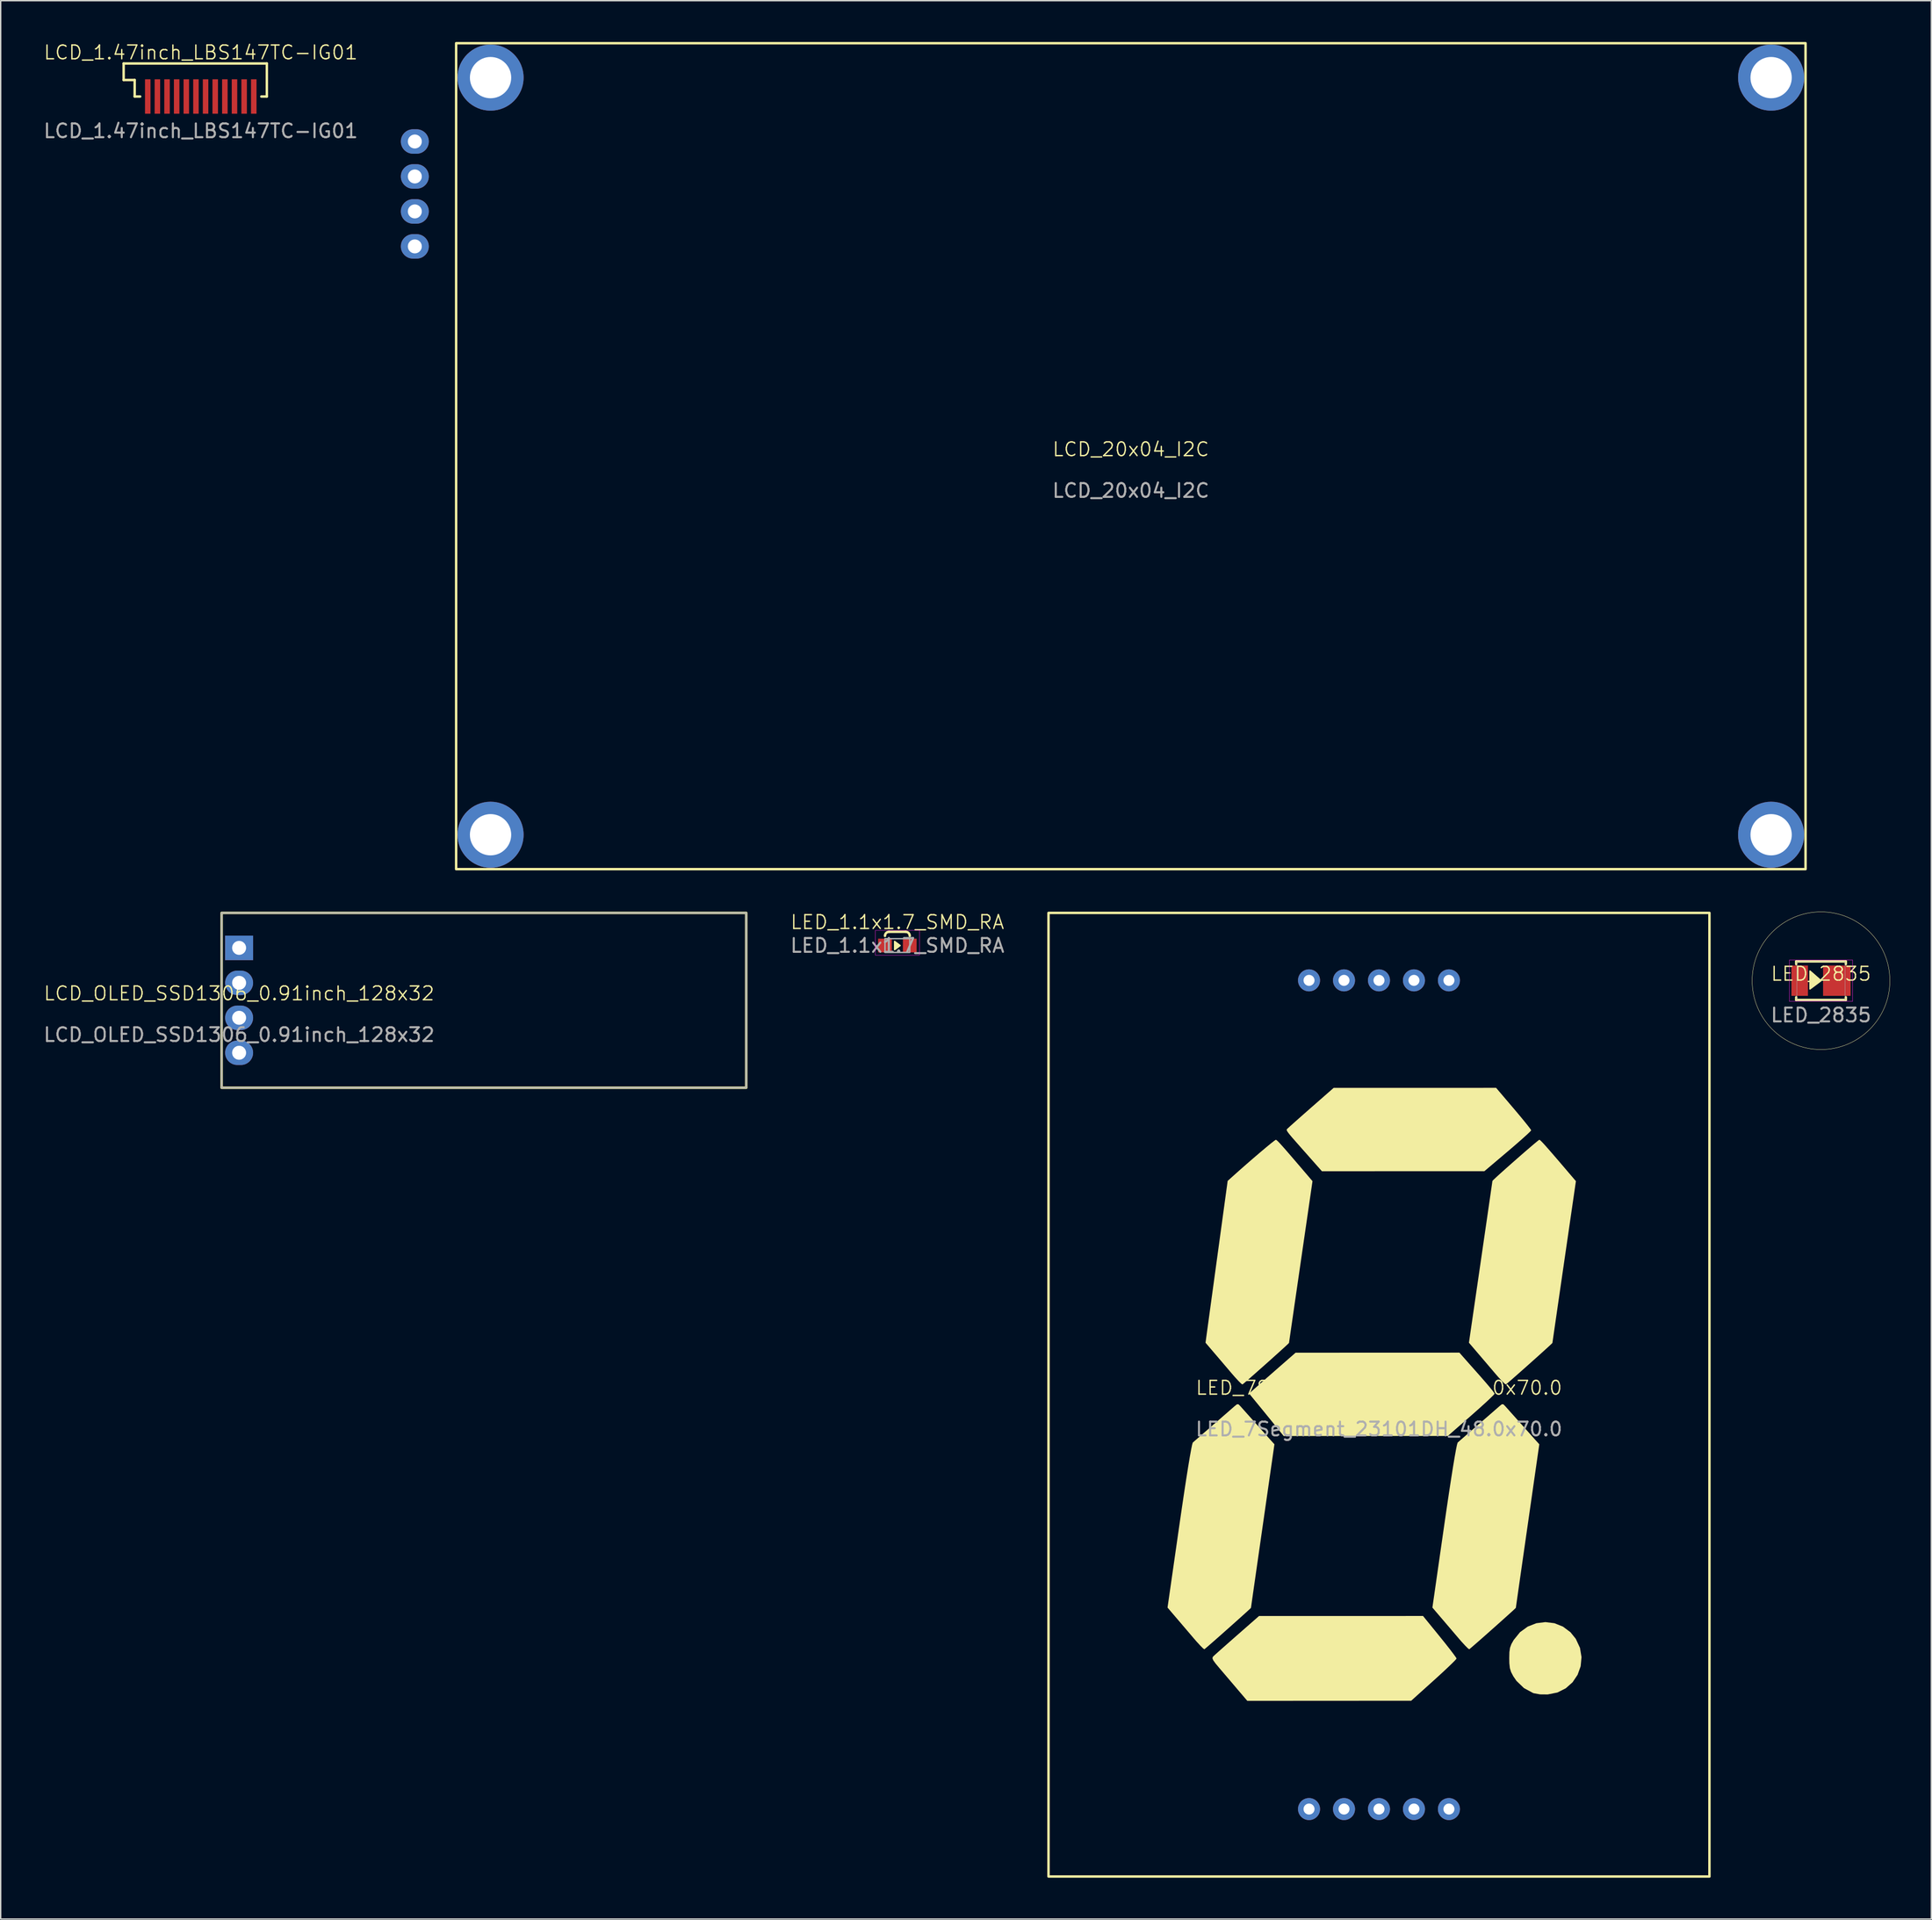
<source format=kicad_pcb>
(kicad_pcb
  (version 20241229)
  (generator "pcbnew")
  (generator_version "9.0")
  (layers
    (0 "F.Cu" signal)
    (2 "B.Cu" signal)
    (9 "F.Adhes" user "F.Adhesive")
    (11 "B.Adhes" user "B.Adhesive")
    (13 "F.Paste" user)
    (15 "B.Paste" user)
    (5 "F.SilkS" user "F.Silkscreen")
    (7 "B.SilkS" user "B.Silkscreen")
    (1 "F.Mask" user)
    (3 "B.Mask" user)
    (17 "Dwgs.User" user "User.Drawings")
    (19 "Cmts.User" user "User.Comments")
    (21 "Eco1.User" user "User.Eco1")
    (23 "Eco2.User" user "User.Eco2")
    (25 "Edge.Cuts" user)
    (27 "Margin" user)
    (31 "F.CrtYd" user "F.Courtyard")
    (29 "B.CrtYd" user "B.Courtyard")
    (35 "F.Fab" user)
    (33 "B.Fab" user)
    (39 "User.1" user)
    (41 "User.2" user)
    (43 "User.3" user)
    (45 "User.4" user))
  (footprint "LCD_20x04_I2C"
    (layer "F.Cu")
    (at 79.076 30.089)
    (property "Reference" "LCD_20x04_I2C" (at 0 -0.5 0) (unlocked yes) (layer "F.SilkS") (effects (font (size 1 1) (thickness 0.1))))
    (attr through_hole)
    (fp_rect (start -49 -30) (end 49 30) (stroke (width 0.178) (type solid)) (fill no) (layer "F.SilkS"))
    (fp_text user "${REFERENCE}" (at 0 2.5 0) (unlocked yes) (layer "F.Fab") (effects (font (size 1 1) (thickness 0.15))))
    (pad "1" thru_hole oval (at -52 -22.86) (size 2.032 1.778) (drill 1.016) (layers "*.Cu" "*.Mask"))
    (pad "2" thru_hole oval (at -52 -20.32) (size 2.032 1.778) (drill 1.016) (layers "*.Cu" "*.Mask"))
    (pad "3" thru_hole oval (at -52 -17.78) (size 2.032 1.778) (drill 1.016) (layers "*.Cu" "*.Mask"))
    (pad "4" thru_hole oval (at -52 -15.24) (size 2.032 1.778) (drill 1.016) (layers "*.Cu" "*.Mask"))
    (pad "SH" thru_hole circle (at -46.5 -27.5) (size 4.8 4.8) (drill 3) (layers "*.Cu" "*.Mask"))
    (pad "SH" thru_hole circle (at -46.5 27.5) (size 4.8 4.8) (drill 3) (layers "*.Cu" "*.Mask"))
    (pad "SH" thru_hole circle (at 46.5 -27.5) (size 4.8 4.8) (drill 3) (layers "*.Cu" "*.Mask"))
    (pad "SH" thru_hole circle (at 46.5 27.5) (size 4.8 4.8) (drill 3) (layers "*.Cu" "*.Mask")))
  (footprint "LED_1.1x1.7_SMD_RA"
    (layer "F.Cu")
    (at 62.121 65.638)
    (property "Reference" "LED_1.1x1.7_SMD_RA" (at 0 -1.7 0) (unlocked yes) (layer "F.SilkS") (effects (font (size 1 1) (thickness 0.1))))
    (attr smd)
    (fp_line (start -0.6 -1) (end 0.6 -1) (stroke (width 0.178) (type default)) (layer "F.SilkS"))
    (fp_arc (start -0.9 -0.7) (mid -0.812132 -0.912132) (end -0.6 -1) (stroke (width 0.1778) (type default)) (layer "F.SilkS"))
    (fp_arc (start 0.6 -1) (mid 0.812132 -0.912132) (end 0.9 -0.7) (stroke (width 0.1778) (type default)) (layer "F.SilkS"))
    (fp_poly (pts (xy -0.2 -0.3) (xy -0.2 0.3) (xy 0.2 0)) (stroke (width 0.1) (type solid)) (fill yes) (layer "F.SilkS"))
    (fp_rect (start -1.6 -1.1) (end 1.6 0.7) (stroke (width 0.025) (type default)) (fill no) (layer "F.CrtYd"))
    (fp_rect (start -0.9 -0.5) (end 0.9 0.5) (stroke (width 0.1) (type default)) (fill no) (layer "F.Fab"))
    (fp_text user "${REFERENCE}" (at 0 0 0) (unlocked yes) (layer "F.Fab") (effects (font (size 1 1) (thickness 0.15))))
    (pad "A" smd rect (at -0.9 0) (size 1 1) (layers "F.Cu" "F.Mask" "F.Paste"))
    (pad "K" smd rect (at 0.9 0) (size 1 1) (layers "F.Cu" "F.Mask" "F.Paste")))
  (footprint "LCD_OLED_SSD1306_0.91inch_128x32"
    (layer "F.Cu")
    (at 14.315 69.617)
    (property "Reference" "LCD_OLED_SSD1306_0.91inch_128x32" (at 0 -0.5 0) (unlocked yes) (layer "F.SilkS") (effects (font (size 1 1) (thickness 0.1))))
    (attr through_hole)
    (fp_rect (start -1.27 -6.35) (end 36.83 6.35) (stroke (width 0.178) (type default)) (fill no) (layer "F.SilkS"))
    (fp_rect (start -1.27 -6.35) (end 36.83 6.35) (stroke (width 0.1) (type default)) (fill no) (layer "F.Fab"))
    (fp_text user "${REFERENCE}" (at 0 2.5 0) (unlocked yes) (layer "F.Fab") (effects (font (size 1 1) (thickness 0.15))))
    (pad "1" thru_hole rect (at 0 -3.81) (size 2.032 1.778) (drill 1.016) (layers "*.Cu" "*.Mask"))
    (pad "2" thru_hole oval (at 0 -1.27) (size 2.032 1.778) (drill 1.016) (layers "*.Cu" "*.Mask"))
    (pad "3" thru_hole oval (at 0 1.27) (size 2.032 1.778) (drill 1.016) (layers "*.Cu" "*.Mask"))
    (pad "4" thru_hole oval (at 0 3.81) (size 2.032 1.778) (drill 1.016) (layers "*.Cu" "*.Mask")))
  (footprint "LED_7Segment_23101DH_48.0x70.0"
    (layer "F.Cu")
    (at 97.097 98.267)
    (property "Reference" "LED_7Segment_23101DH_48.0x70.0" (at 0 -0.5 0) (unlocked yes) (layer "F.SilkS") (effects (font (size 1 1) (thickness 0.1))))
    (attr through_hole)
    (fp_rect (start -24 -35) (end 24 35) (stroke (width 0.178) (type solid)) (fill no) (layer "F.SilkS"))
    (fp_poly (pts (xy 12.741 16.6) (xy 13.36 16.846) (xy 13.908 17.256) (xy 14.293 17.734) (xy 14.597 18.389) (xy 14.709 19.063) (xy 14.647 19.725) (xy 14.426 20.343) (xy 14.06 20.888) (xy 13.565 21.328) (xy 12.957 21.634) (xy 12.256 21.774) (xy 11.699 21.769) (xy 11.244 21.687) (xy 11.188 21.668) (xy 10.527 21.311) (xy 9.983 20.786) (xy 9.756 20.454) (xy 9.596 20.15) (xy 9.506 19.863) (xy 9.468 19.511) (xy 9.461 19.148) (xy 9.471 18.702) (xy 9.517 18.385) (xy 9.617 18.114) (xy 9.783 17.819) (xy 10.243 17.251) (xy 10.803 16.845) (xy 11.428 16.6) (xy 12.086 16.519)) (stroke (width 0) (type solid)) (fill yes) (layer "F.SilkS"))
    (fp_poly (pts (xy 4.417 17.572) (xy 4.806 18.055) (xy 5.144 18.485) (xy 5.408 18.832) (xy 5.579 19.069) (xy 5.635 19.166) (xy 5.559 19.263) (xy 5.348 19.478) (xy 5.025 19.79) (xy 4.613 20.176) (xy 4.135 20.613) (xy 3.988 20.746) (xy 2.34 22.231) (xy -3.612 22.235) (xy -9.564 22.238) (xy -10.265 21.415) (xy -10.655 20.956) (xy -11.081 20.456) (xy -11.469 20.001) (xy -11.576 19.876) (xy -11.867 19.528) (xy -12.033 19.298) (xy -12.093 19.151) (xy -12.068 19.049) (xy -12.03 19.005) (xy -11.905 18.889) (xy -11.646 18.657) (xy -11.282 18.334) (xy -10.84 17.944) (xy -10.348 17.511) (xy -10.293 17.463) (xy -8.712 16.077) (xy -2.756 16.076) (xy 3.199 16.074)) (stroke (width 0) (type solid)) (fill yes) (layer "F.SilkS"))
    (fp_poly (pts (xy 6.11 -2.749) (xy 6.279 -2.557) (xy 6.554 -2.246) (xy 6.902 -1.854) (xy 7.286 -1.421) (xy 7.388 -1.305) (xy 7.749 -0.892) (xy 8.053 -0.533) (xy 8.275 -0.257) (xy 8.388 -0.096) (xy 8.398 -0.072) (xy 8.322 0.023) (xy 8.107 0.235) (xy 7.779 0.543) (xy 7.36 0.924) (xy 6.874 1.356) (xy 6.698 1.511) (xy 4.997 2.998) (xy -0.962 3) (xy -6.921 3.002) (xy -7.455 2.338) (xy -7.766 1.953) (xy -8.149 1.482) (xy -8.541 1.001) (xy -8.711 0.794) (xy -9.432 -0.086) (xy -8.913 -0.548) (xy -8.637 -0.791) (xy -8.249 -1.133) (xy -7.795 -1.531) (xy -7.323 -1.944) (xy -7.224 -2.031) (xy -6.055 -3.052) (xy -0.107 -3.054) (xy 5.841 -3.056)) (stroke (width 0) (type solid)) (fill yes) (layer "F.SilkS"))
    (fp_poly (pts (xy 9.78 -20.794) (xy 10.184 -20.315) (xy 10.535 -19.89) (xy 10.811 -19.546) (xy 10.992 -19.309) (xy 11.055 -19.207) (xy 10.977 -19.114) (xy 10.761 -18.907) (xy 10.428 -18.607) (xy 10.005 -18.235) (xy 9.514 -17.812) (xy 9.355 -17.677) (xy 7.654 -16.237) (xy 1.755 -16.236) (xy -4.144 -16.234) (xy -5.107 -17.323) (xy -5.634 -17.918) (xy -6.036 -18.374) (xy -6.329 -18.709) (xy -6.526 -18.946) (xy -6.644 -19.104) (xy -6.697 -19.204) (xy -6.7 -19.265) (xy -6.668 -19.309) (xy -6.616 -19.355) (xy -6.61 -19.361) (xy -6.484 -19.477) (xy -6.226 -19.709) (xy -5.862 -20.032) (xy -5.42 -20.422) (xy -4.928 -20.855) (xy -4.873 -20.903) (xy -3.292 -22.289) (xy 2.607 -22.29) (xy 8.506 -22.292)) (stroke (width 0) (type solid)) (fill yes) (layer "F.SilkS"))
    (fp_poly (pts (xy -7.446 -18.499) (xy -7.364 -18.43) (xy -7.231 -18.294) (xy -7.033 -18.077) (xy -6.754 -17.761) (xy -6.381 -17.33) (xy -5.899 -16.768) (xy -5.335 -16.108) (xy -4.828 -15.514) (xy -5.681 -9.65) (xy -5.839 -8.561) (xy -5.988 -7.536) (xy -6.125 -6.595) (xy -6.246 -5.757) (xy -6.35 -5.04) (xy -6.433 -4.465) (xy -6.493 -4.049) (xy -6.527 -3.811) (xy -6.534 -3.762) (xy -6.609 -3.685) (xy -6.815 -3.493) (xy -7.125 -3.211) (xy -7.509 -2.864) (xy -7.939 -2.478) (xy -8.388 -2.078) (xy -8.827 -1.689) (xy -9.227 -1.336) (xy -9.56 -1.044) (xy -9.798 -0.839) (xy -9.913 -0.747) (xy -9.918 -0.744) (xy -10.012 -0.808) (xy -10.209 -1.004) (xy -10.478 -1.297) (xy -10.69 -1.541) (xy -11.079 -1.998) (xy -11.502 -2.495) (xy -11.887 -2.946) (xy -11.994 -3.071) (xy -12.597 -3.777) (xy -11.793 -9.654) (xy -10.989 -15.532) (xy -10.648 -15.839) (xy -10.157 -16.278) (xy -9.643 -16.73) (xy -9.13 -17.175) (xy -8.644 -17.591) (xy -8.212 -17.955) (xy -7.86 -18.245) (xy -7.612 -18.44) (xy -7.495 -18.518) (xy -7.492 -18.519)) (stroke (width 0) (type solid)) (fill yes) (layer "F.SilkS"))
    (fp_poly (pts (xy 11.688 -18.499) (xy 11.77 -18.428) (xy 11.904 -18.29) (xy 12.105 -18.069) (xy 12.387 -17.748) (xy 12.764 -17.313) (xy 13.251 -16.745) (xy 13.794 -16.108) (xy 14.302 -15.514) (xy 13.449 -9.65) (xy 13.291 -8.561) (xy 13.142 -7.536) (xy 13.005 -6.595) (xy 12.884 -5.757) (xy 12.78 -5.04) (xy 12.697 -4.465) (xy 12.637 -4.049) (xy 12.603 -3.811) (xy 12.596 -3.762) (xy 12.521 -3.685) (xy 12.315 -3.493) (xy 12.005 -3.211) (xy 11.621 -2.864) (xy 11.19 -2.478) (xy 10.742 -2.078) (xy 10.303 -1.689) (xy 9.903 -1.336) (xy 9.57 -1.044) (xy 9.331 -0.839) (xy 9.217 -0.747) (xy 9.212 -0.744) (xy 9.118 -0.808) (xy 8.921 -1.004) (xy 8.652 -1.297) (xy 8.44 -1.541) (xy 8.051 -1.998) (xy 7.628 -2.495) (xy 7.243 -2.945) (xy 7.136 -3.071) (xy 6.533 -3.777) (xy 7.386 -9.639) (xy 7.544 -10.729) (xy 7.693 -11.754) (xy 7.83 -12.695) (xy 7.951 -13.533) (xy 8.055 -14.249) (xy 8.138 -14.825) (xy 8.198 -15.241) (xy 8.232 -15.478) (xy 8.239 -15.528) (xy 8.315 -15.611) (xy 8.523 -15.807) (xy 8.836 -16.092) (xy 9.224 -16.439) (xy 9.658 -16.824) (xy 10.111 -17.222) (xy 10.552 -17.607) (xy 10.955 -17.954) (xy 11.29 -18.239) (xy 11.528 -18.435) (xy 11.64 -18.518) (xy 11.644 -18.519)) (stroke (width 0) (type solid)) (fill yes) (layer "F.SilkS"))
    (fp_poly (pts (xy -10.067 0.833) (xy -9.926 0.99) (xy -9.679 1.268) (xy -9.358 1.627) (xy -9 2.029) (xy -8.984 2.047) (xy -8.617 2.459) (xy -8.279 2.837) (xy -8.008 3.14) (xy -7.841 3.327) (xy -7.84 3.328) (xy -7.593 3.601) (xy -8.445 9.534) (xy -8.602 10.63) (xy -8.75 11.661) (xy -8.886 12.608) (xy -9.007 13.453) (xy -9.111 14.176) (xy -9.194 14.759) (xy -9.254 15.182) (xy -9.289 15.428) (xy -9.297 15.484) (xy -9.372 15.559) (xy -9.578 15.749) (xy -9.888 16.029) (xy -10.272 16.374) (xy -10.703 16.759) (xy -11.152 17.158) (xy -11.59 17.547) (xy -11.99 17.899) (xy -12.324 18.19) (xy -12.562 18.395) (xy -12.676 18.489) (xy -12.681 18.492) (xy -12.775 18.428) (xy -12.972 18.232) (xy -13.241 17.939) (xy -13.453 17.695) (xy -13.841 17.239) (xy -14.264 16.743) (xy -14.648 16.293) (xy -14.755 16.168) (xy -15.356 15.464) (xy -14.504 9.528) (xy -14.321 8.27) (xy -14.152 7.129) (xy -13.997 6.119) (xy -13.86 5.253) (xy -13.742 4.543) (xy -13.645 4.002) (xy -13.573 3.644) (xy -13.525 3.482) (xy -13.52 3.475) (xy -13.398 3.368) (xy -13.146 3.148) (xy -12.793 2.841) (xy -12.37 2.474) (xy -12.06 2.204) (xy -11.596 1.801) (xy -11.171 1.432) (xy -10.821 1.126) (xy -10.576 0.913) (xy -10.492 0.838) (xy -10.316 0.697) (xy -10.204 0.697)) (stroke (width 0) (type solid)) (fill yes) (layer "F.SilkS"))
    (fp_poly (pts (xy 9.169 0.833) (xy 9.31 0.99) (xy 9.557 1.268) (xy 9.878 1.627) (xy 10.236 2.029) (xy 10.252 2.047) (xy 10.619 2.459) (xy 10.957 2.837) (xy 11.228 3.14) (xy 11.395 3.327) (xy 11.396 3.328) (xy 11.643 3.601) (xy 10.791 9.534) (xy 10.634 10.63) (xy 10.486 11.661) (xy 10.35 12.608) (xy 10.229 13.453) (xy 10.125 14.176) (xy 10.042 14.759) (xy 9.982 15.182) (xy 9.947 15.428) (xy 9.939 15.484) (xy 9.864 15.559) (xy 9.658 15.749) (xy 9.348 16.029) (xy 8.964 16.374) (xy 8.533 16.759) (xy 8.084 17.158) (xy 7.646 17.547) (xy 7.246 17.899) (xy 6.912 18.19) (xy 6.674 18.395) (xy 6.56 18.489) (xy 6.555 18.492) (xy 6.461 18.428) (xy 6.264 18.232) (xy 5.995 17.939) (xy 5.783 17.695) (xy 5.395 17.239) (xy 4.972 16.743) (xy 4.588 16.293) (xy 4.481 16.168) (xy 3.88 15.464) (xy 4.732 9.528) (xy 4.915 8.27) (xy 5.084 7.129) (xy 5.239 6.119) (xy 5.376 5.253) (xy 5.494 4.543) (xy 5.591 4.002) (xy 5.663 3.644) (xy 5.711 3.482) (xy 5.716 3.475) (xy 5.838 3.368) (xy 6.09 3.148) (xy 6.443 2.841) (xy 6.866 2.474) (xy 7.176 2.204) (xy 7.64 1.801) (xy 8.065 1.432) (xy 8.415 1.126) (xy 8.66 0.913) (xy 8.744 0.838) (xy 8.92 0.697) (xy 9.032 0.697)) (stroke (width 0) (type solid)) (fill yes) (layer "F.SilkS"))
    (fp_text user "${REFERENCE}" (at 0 2.5 0) (unlocked yes) (layer "F.Fab") (effects (font (size 1 1) (thickness 0.15))))
    (pad "1" thru_hole circle (at -5.08 30.1) (size 1.6 1.6) (drill 0.8) (layers "*.Cu" "*.Mask"))
    (pad "2" thru_hole circle (at -2.54 30.1) (size 1.6 1.6) (drill 0.8) (layers "*.Cu" "*.Mask"))
    (pad "3" thru_hole circle (at 0 30.1) (size 1.6 1.6) (drill 0.8) (layers "*.Cu" "*.Mask"))
    (pad "4" thru_hole circle (at 2.54 30.1) (size 1.6 1.6) (drill 0.8) (layers "*.Cu" "*.Mask"))
    (pad "5" thru_hole circle (at 5.08 30.1) (size 1.6 1.6) (drill 0.8) (layers "*.Cu" "*.Mask"))
    (pad "6" thru_hole circle (at 5.08 -30.1) (size 1.6 1.6) (drill 0.8) (layers "*.Cu" "*.Mask"))
    (pad "7" thru_hole circle (at 2.54 -30.1) (size 1.6 1.6) (drill 0.8) (layers "*.Cu" "*.Mask"))
    (pad "8" thru_hole circle (at 0 -30.1) (size 1.6 1.6) (drill 0.8) (layers "*.Cu" "*.Mask"))
    (pad "9" thru_hole circle (at -2.54 -30.1) (size 1.6 1.6) (drill 0.8) (layers "*.Cu" "*.Mask"))
    (pad "10" thru_hole circle (at -5.08 -30.1) (size 1.6 1.6) (drill 0.8) (layers "*.Cu" "*.Mask")))
  (footprint "LCD_1.47inch_LBS147TC-IG01"
    (layer "F.Cu")
    (at 11.53 3.961)
    (property "Reference" "LCD_1.47inch_LBS147TC-IG01" (at 0 -3.2 0) (unlocked yes) (layer "F.SilkS") (effects (font (size 1 1) (thickness 0.1))))
    (attr smd)
    (fp_line (start -5.6 -2.4) (end 4.8 -2.4) (stroke (width 0.178) (type default)) (layer "F.SilkS"))
    (fp_line (start -5.6 -1.2) (end -5.6 -2.4) (stroke (width 0.178) (type default)) (layer "F.SilkS"))
    (fp_line (start -4.8 -1.2) (end -5.6 -1.2) (stroke (width 0.178) (type default)) (layer "F.SilkS"))
    (fp_line (start -4.8 0) (end -4.8 -1.2) (stroke (width 0.178) (type default)) (layer "F.SilkS"))
    (fp_line (start -4.4 0) (end -4.8 0) (stroke (width 0.178) (type default)) (layer "F.SilkS"))
    (fp_line (start 4.8 -2.4) (end 4.8 0) (stroke (width 0.178) (type default)) (layer "F.SilkS"))
    (fp_line (start 4.8 0) (end 4.4 0) (stroke (width 0.178) (type default)) (layer "F.SilkS"))
    (fp_text user "${REFERENCE}" (at 0 2.5 0) (unlocked yes) (layer "F.Fab") (effects (font (size 1 1) (thickness 0.15))))
    (pad "1" smd rect (at -3.85 0) (size 0.4 2.5) (layers "F.Cu" "F.Mask" "F.Paste"))
    (pad "2" smd rect (at -3.15 0) (size 0.4 2.5) (layers "F.Cu" "F.Mask" "F.Paste"))
    (pad "3" smd rect (at -2.45 0) (size 0.4 2.5) (layers "F.Cu" "F.Mask" "F.Paste"))
    (pad "4" smd rect (at -1.75 0) (size 0.4 2.5) (layers "F.Cu" "F.Mask" "F.Paste"))
    (pad "5" smd rect (at -1.05 0) (size 0.4 2.5) (layers "F.Cu" "F.Mask" "F.Paste"))
    (pad "6" smd rect (at -0.35 0) (size 0.4 2.5) (layers "F.Cu" "F.Mask" "F.Paste"))
    (pad "7" smd rect (at 0.35 0) (size 0.4 2.5) (layers "F.Cu" "F.Mask" "F.Paste"))
    (pad "8" smd rect (at 1.05 0) (size 0.4 2.5) (layers "F.Cu" "F.Mask" "F.Paste"))
    (pad "9" smd rect (at 1.75 0) (size 0.4 2.5) (layers "F.Cu" "F.Mask" "F.Paste"))
    (pad "10" smd rect (at 2.45 0) (size 0.4 2.5) (layers "F.Cu" "F.Mask" "F.Paste"))
    (pad "11" smd rect (at 3.15 0) (size 0.4 2.5) (layers "F.Cu" "F.Mask" "F.Paste"))
    (pad "12" smd rect (at 3.85 0) (size 0.4 2.5) (layers "F.Cu" "F.Mask" "F.Paste")))
  (footprint "LED_2835"
    (layer "F.Cu")
    (at 129.199 68.191)
    (property "Reference" "LED_2835" (at 0 -0.5 0) (unlocked yes) (layer "F.SilkS") (effects (font (size 1 1) (thickness 0.1))))
    (attr smd)
    (fp_line (start -1.8 -1.4) (end -1.8 -1.2) (stroke (width 0.178) (type solid)) (layer "F.SilkS"))
    (fp_line (start -1.8 1.2) (end -1.8 1.4) (stroke (width 0.178) (type solid)) (layer "F.SilkS"))
    (fp_line (start -1.8 1.4) (end 1.8 1.4) (stroke (width 0.178) (type solid)) (layer "F.SilkS"))
    (fp_line (start 1.8 -1.4) (end -1.8 -1.4) (stroke (width 0.178) (type solid)) (layer "F.SilkS"))
    (fp_line (start 1.8 -1.2) (end 1.8 -1.4) (stroke (width 0.178) (type solid)) (layer "F.SilkS"))
    (fp_line (start 1.8 1.4) (end 1.8 1.2) (stroke (width 0.178) (type solid)) (layer "F.SilkS"))
    (fp_circle (center 0 0) (end 5 0) (stroke (width 0.025) (type solid)) (fill no) (layer "F.SilkS"))
    (fp_poly (pts (xy -0.8 -0.7) (xy -0.8 0.6) (xy 0 0)) (stroke (width 0.1) (type solid)) (fill yes) (layer "F.SilkS"))
    (fp_rect (start -2.3 -1.5) (end 2.3 1.5) (stroke (width 0.025) (type solid)) (fill no) (layer "F.CrtYd"))
    (fp_rect (start -1.75 -1.4) (end 1.75 1.4) (stroke (width 0.025) (type solid)) (fill no) (layer "F.Fab"))
    (fp_text user "${REFERENCE}" (at 0 2.5 0) (unlocked yes) (layer "F.Fab") (effects (font (size 1 1) (thickness 0.15))))
    (pad "A" smd rect (at -1.55 0) (size 1.2 2.2) (layers "F.Cu" "F.Mask" "F.Paste"))
    (pad "K" smd rect (at 1.15 0) (size 2 2.2) (layers "F.Cu" "F.Mask" "F.Paste")))
  (gr_rect
    (start -3 -3)
    (end 137.211 136.356)
    (stroke (width 0.1) (type default))
    (fill no)
    (layer "Edge.Cuts")))
</source>
